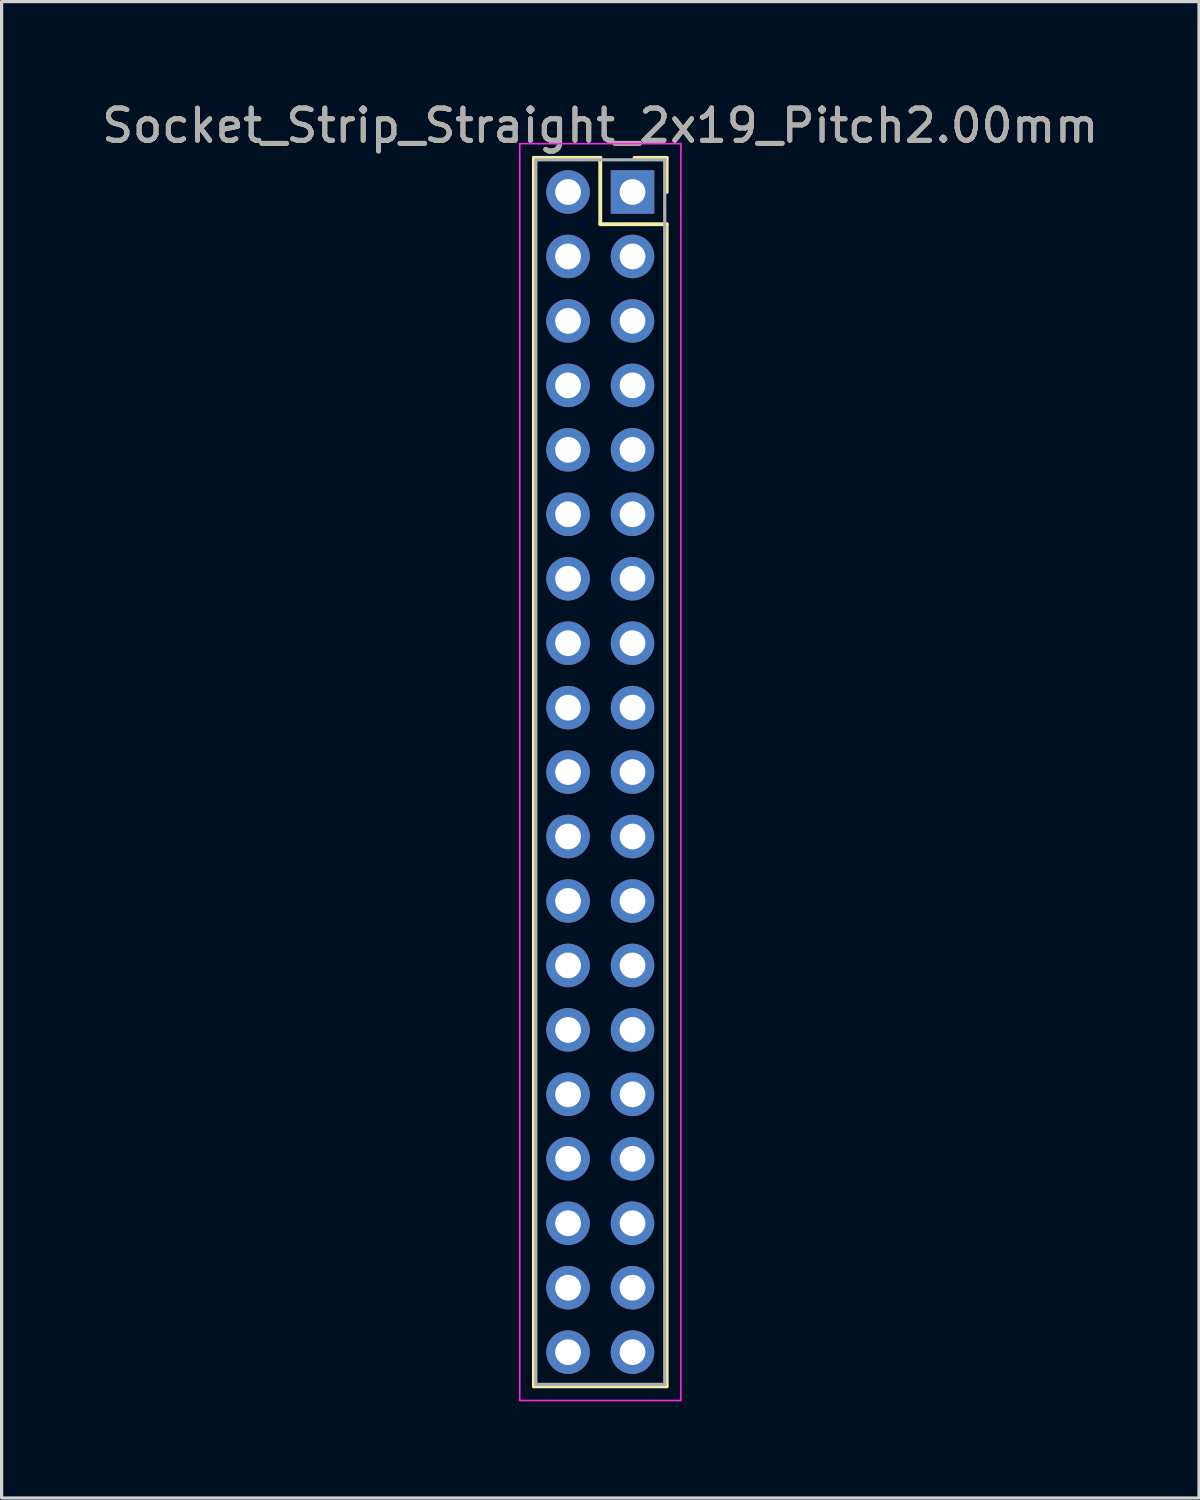
<source format=kicad_pcb>
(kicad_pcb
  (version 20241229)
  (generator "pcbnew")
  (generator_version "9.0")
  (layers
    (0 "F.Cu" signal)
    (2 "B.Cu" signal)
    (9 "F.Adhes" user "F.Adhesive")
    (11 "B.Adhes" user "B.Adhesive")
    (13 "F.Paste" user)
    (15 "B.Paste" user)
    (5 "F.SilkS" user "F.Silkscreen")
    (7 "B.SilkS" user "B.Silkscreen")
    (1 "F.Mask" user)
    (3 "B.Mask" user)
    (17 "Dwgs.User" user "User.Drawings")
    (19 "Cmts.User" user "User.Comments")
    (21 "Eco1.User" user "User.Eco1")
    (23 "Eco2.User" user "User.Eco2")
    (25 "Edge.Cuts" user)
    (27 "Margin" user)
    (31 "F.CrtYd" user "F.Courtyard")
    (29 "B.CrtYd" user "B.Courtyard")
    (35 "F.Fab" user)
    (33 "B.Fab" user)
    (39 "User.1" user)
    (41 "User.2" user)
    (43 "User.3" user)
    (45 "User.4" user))
  (footprint "Socket_Strip_Straight_2x19_Pitch2.00mm"
    (layer "F.Cu")
    (at 16.577 2.908)
    (property "Reference" "Socket_Strip_Straight_2x19_Pitch2.00mm" (at -1 -2.06 0) (layer "F.SilkS") (effects (font (size 1 1) (thickness 0.15))))
    (attr through_hole)
    (fp_line (start -3.06 -1.06) (end -1 -1.06) (stroke (width 0.12) (type solid)) (layer "F.SilkS"))
    (fp_line (start -3.06 37.06) (end -3.06 -1.06) (stroke (width 0.12) (type solid)) (layer "F.SilkS"))
    (fp_line (start -1 -1.06) (end -1 1) (stroke (width 0.12) (type solid)) (layer "F.SilkS"))
    (fp_line (start -1 1) (end 1.06 1) (stroke (width 0.12) (type solid)) (layer "F.SilkS"))
    (fp_line (start 1.06 -1.06) (end 0.06 -1.06) (stroke (width 0.12) (type solid)) (layer "F.SilkS"))
    (fp_line (start 1.06 0) (end 1.06 -1.06) (stroke (width 0.12) (type solid)) (layer "F.SilkS"))
    (fp_line (start 1.06 1) (end 1.06 37.06) (stroke (width 0.12) (type solid)) (layer "F.SilkS"))
    (fp_line (start 1.06 37.06) (end -3.06 37.06) (stroke (width 0.12) (type solid)) (layer "F.SilkS"))
    (fp_line (start -3.5 -1.5) (end -3.5 37.5) (stroke (width 0.05) (type solid)) (layer "F.CrtYd"))
    (fp_line (start -3.5 37.5) (end 1.5 37.5) (stroke (width 0.05) (type solid)) (layer "F.CrtYd"))
    (fp_line (start 1.5 -1.5) (end -3.5 -1.5) (stroke (width 0.05) (type solid)) (layer "F.CrtYd"))
    (fp_line (start 1.5 37.5) (end 1.5 -1.5) (stroke (width 0.05) (type solid)) (layer "F.CrtYd"))
    (fp_line (start -3 -1) (end -3 37) (stroke (width 0.1) (type solid)) (layer "F.Fab"))
    (fp_line (start -3 37) (end 1 37) (stroke (width 0.1) (type solid)) (layer "F.Fab"))
    (fp_line (start 1 -1) (end -3 -1) (stroke (width 0.1) (type solid)) (layer "F.Fab"))
    (fp_line (start 1 37) (end 1 -1) (stroke (width 0.1) (type solid)) (layer "F.Fab"))
    (fp_text user "${REFERENCE}" (at -1 -2.06 0) (layer "F.Fab") (effects (font (size 1 1) (thickness 0.15))))
    (pad "1" thru_hole rect (at 0 0) (size 1.35 1.35) (drill 0.8) (layers "*.Cu" "*.Mask"))
    (pad "2" thru_hole oval (at -2 0) (size 1.35 1.35) (drill 0.8) (layers "*.Cu" "*.Mask"))
    (pad "3" thru_hole oval (at 0 2) (size 1.35 1.35) (drill 0.8) (layers "*.Cu" "*.Mask"))
    (pad "4" thru_hole oval (at -2 2) (size 1.35 1.35) (drill 0.8) (layers "*.Cu" "*.Mask"))
    (pad "5" thru_hole oval (at 0 4) (size 1.35 1.35) (drill 0.8) (layers "*.Cu" "*.Mask"))
    (pad "6" thru_hole oval (at -2 4) (size 1.35 1.35) (drill 0.8) (layers "*.Cu" "*.Mask"))
    (pad "7" thru_hole oval (at 0 6) (size 1.35 1.35) (drill 0.8) (layers "*.Cu" "*.Mask"))
    (pad "8" thru_hole oval (at -2 6) (size 1.35 1.35) (drill 0.8) (layers "*.Cu" "*.Mask"))
    (pad "9" thru_hole oval (at 0 8) (size 1.35 1.35) (drill 0.8) (layers "*.Cu" "*.Mask"))
    (pad "10" thru_hole oval (at -2 8) (size 1.35 1.35) (drill 0.8) (layers "*.Cu" "*.Mask"))
    (pad "11" thru_hole oval (at 0 10) (size 1.35 1.35) (drill 0.8) (layers "*.Cu" "*.Mask"))
    (pad "12" thru_hole oval (at -2 10) (size 1.35 1.35) (drill 0.8) (layers "*.Cu" "*.Mask"))
    (pad "13" thru_hole oval (at 0 12) (size 1.35 1.35) (drill 0.8) (layers "*.Cu" "*.Mask"))
    (pad "14" thru_hole oval (at -2 12) (size 1.35 1.35) (drill 0.8) (layers "*.Cu" "*.Mask"))
    (pad "15" thru_hole oval (at 0 14) (size 1.35 1.35) (drill 0.8) (layers "*.Cu" "*.Mask"))
    (pad "16" thru_hole oval (at -2 14) (size 1.35 1.35) (drill 0.8) (layers "*.Cu" "*.Mask"))
    (pad "17" thru_hole oval (at 0 16) (size 1.35 1.35) (drill 0.8) (layers "*.Cu" "*.Mask"))
    (pad "18" thru_hole oval (at -2 16) (size 1.35 1.35) (drill 0.8) (layers "*.Cu" "*.Mask"))
    (pad "19" thru_hole oval (at 0 18) (size 1.35 1.35) (drill 0.8) (layers "*.Cu" "*.Mask"))
    (pad "20" thru_hole oval (at -2 18) (size 1.35 1.35) (drill 0.8) (layers "*.Cu" "*.Mask"))
    (pad "21" thru_hole oval (at 0 20) (size 1.35 1.35) (drill 0.8) (layers "*.Cu" "*.Mask"))
    (pad "22" thru_hole oval (at -2 20) (size 1.35 1.35) (drill 0.8) (layers "*.Cu" "*.Mask"))
    (pad "23" thru_hole oval (at 0 22) (size 1.35 1.35) (drill 0.8) (layers "*.Cu" "*.Mask"))
    (pad "24" thru_hole oval (at -2 22) (size 1.35 1.35) (drill 0.8) (layers "*.Cu" "*.Mask"))
    (pad "25" thru_hole oval (at 0 24) (size 1.35 1.35) (drill 0.8) (layers "*.Cu" "*.Mask"))
    (pad "26" thru_hole oval (at -2 24) (size 1.35 1.35) (drill 0.8) (layers "*.Cu" "*.Mask"))
    (pad "27" thru_hole oval (at 0 26) (size 1.35 1.35) (drill 0.8) (layers "*.Cu" "*.Mask"))
    (pad "28" thru_hole oval (at -2 26) (size 1.35 1.35) (drill 0.8) (layers "*.Cu" "*.Mask"))
    (pad "29" thru_hole oval (at 0 28) (size 1.35 1.35) (drill 0.8) (layers "*.Cu" "*.Mask"))
    (pad "30" thru_hole oval (at -2 28) (size 1.35 1.35) (drill 0.8) (layers "*.Cu" "*.Mask"))
    (pad "31" thru_hole oval (at 0 30) (size 1.35 1.35) (drill 0.8) (layers "*.Cu" "*.Mask"))
    (pad "32" thru_hole oval (at -2 30) (size 1.35 1.35) (drill 0.8) (layers "*.Cu" "*.Mask"))
    (pad "33" thru_hole oval (at 0 32) (size 1.35 1.35) (drill 0.8) (layers "*.Cu" "*.Mask"))
    (pad "34" thru_hole oval (at -2 32) (size 1.35 1.35) (drill 0.8) (layers "*.Cu" "*.Mask"))
    (pad "35" thru_hole oval (at 0 34) (size 1.35 1.35) (drill 0.8) (layers "*.Cu" "*.Mask"))
    (pad "36" thru_hole oval (at -2 34) (size 1.35 1.35) (drill 0.8) (layers "*.Cu" "*.Mask"))
    (pad "37" thru_hole oval (at 0 36) (size 1.35 1.35) (drill 0.8) (layers "*.Cu" "*.Mask"))
    (pad "38" thru_hole oval (at -2 36) (size 1.35 1.35) (drill 0.8) (layers "*.Cu" "*.Mask")))
  (gr_rect
    (start -3 -3)
    (end 34.155 43.433)
    (stroke (width 0.1) (type default))
    (fill no)
    (layer "Edge.Cuts")))
</source>
